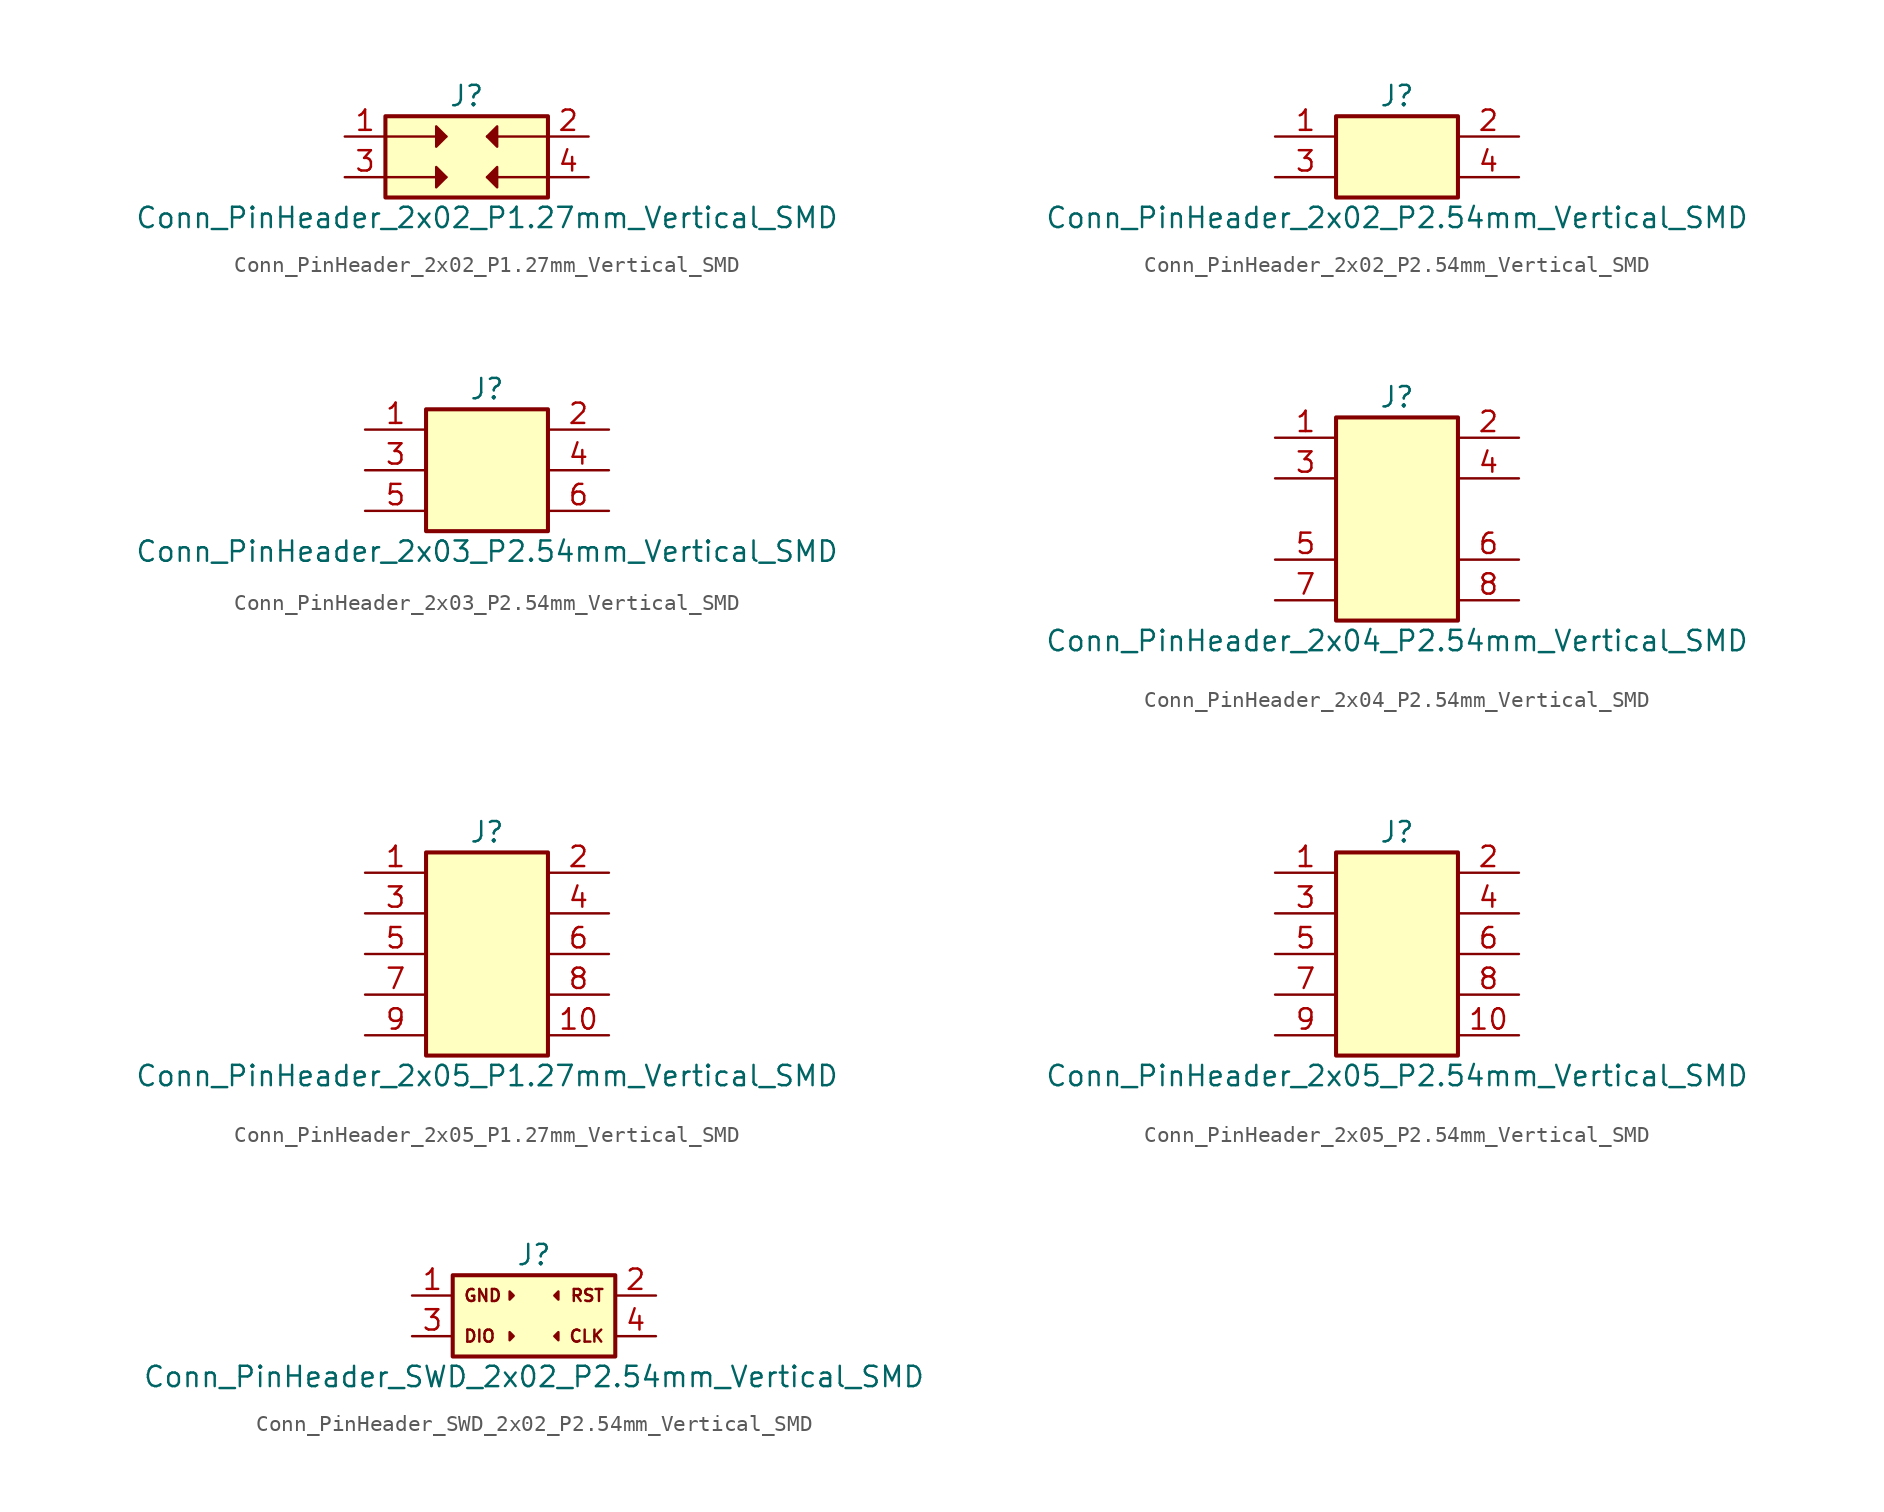
<source format=kicad_sym>
(kicad_symbol_lib
  (version 20211014)
  (generator kicad_symbol_editor)
  (symbol "Conn_PinHeader_2x02_P1.27mm_Vertical_SMD"
    (pin_names hide)
    (property "Reference" "J"
      (at 0 3.81 0)
      (effects (font (size 1.27 1.27))))
    (property "Value" "Conn_PinHeader_2x02_P1.27mm_Vertical_SMD"
      (at 1.27 -3.81 0)
      (effects (font (size 1.27 1.27))))
    (symbol "Conn_PinHeader_2x02_P1.27mm_Vertical_SMD_0_1"
      (polyline (pts (xy -5.08 -1.27) (xy -1.27 -1.27)) (stroke (width 0) (type default) (color 0 0 0 0)) (fill (type none)))
      (polyline (pts (xy -1.27 1.27) (xy -5.08 1.27)) (stroke (width 0) (type default) (color 0 0 0 0)) (fill (type none)))
      (polyline (pts (xy 1.27 -1.27) (xy 5.08 -1.27)) (stroke (width 0) (type default) (color 0 0 0 0)) (fill (type none)))
      (polyline (pts (xy 1.27 1.27) (xy 5.08 1.27)) (stroke (width 0) (type default) (color 0 0 0 0)) (fill (type none)))
      (polyline (pts (xy -1.905 -0.635) (xy -1.27 -1.27) (xy -1.905 -1.905) (xy -1.905 -0.635)) (stroke (width 0) (type default) (color 0 0 0 0)) (fill (type outline)))
      (polyline (pts (xy -1.905 1.905) (xy -1.27 1.27) (xy -1.905 0.635) (xy -1.905 1.905)) (stroke (width 0) (type default) (color 0 0 0 0)) (fill (type outline)))
      (polyline (pts (xy 1.905 -0.635) (xy 1.27 -1.27) (xy 1.905 -1.905) (xy 1.905 -0.635)) (stroke (width 0) (type default) (color 0 0 0 0)) (fill (type outline)))
      (polyline (pts (xy 1.905 1.905) (xy 1.27 1.27) (xy 1.905 0.635) (xy 1.905 1.905)) (stroke (width 0) (type default) (color 0 0 0 0)) (fill (type outline))))
    (symbol "Conn_PinHeader_2x02_P1.27mm_Vertical_SMD_1_1"
      (rectangle (start -5.08 2.54) (end 5.08 -2.54) (stroke (width 0.254) (type default) (color 0 0 0 0)) (fill (type background)))
      (pin passive line (at -7.62 1.27 0) (length 2.54) (name "Pin_1" (effects (font (size 1.27 1.27)))) (number "1" (effects (font (size 1.27 1.27)))))
      (pin passive line (at 7.62 1.27 180) (length 2.54) (name "Pin_2" (effects (font (size 1.27 1.27)))) (number "2" (effects (font (size 1.27 1.27)))))
      (pin passive line (at -7.62 -1.27 0) (length 2.54) (name "Pin_3" (effects (font (size 1.27 1.27)))) (number "3" (effects (font (size 1.27 1.27)))))
      (pin passive line (at 7.62 -1.27 180) (length 2.54) (name "Pin_4" (effects (font (size 1.27 1.27)))) (number "4" (effects (font (size 1.27 1.27)))))))
  (symbol "Conn_PinHeader_2x02_P2.54mm_Vertical_SMD"
    (pin_names hide)
    (property "Reference" "J"
      (at 0 3.81 0)
      (effects (font (size 1.27 1.27))))
    (property "Value" "Conn_PinHeader_2x02_P2.54mm_Vertical_SMD"
      (at 0 -3.81 0)
      (effects (font (size 1.27 1.27))))
    (symbol "Conn_PinHeader_2x02_P2.54mm_Vertical_SMD_1_1"
      (rectangle (start -3.81 2.54) (end 3.81 -2.54) (stroke (width 0.254) (type default) (color 0 0 0 0)) (fill (type background)))
      (pin passive line (at -7.62 1.27 0) (length 3.81) (name "Pin_1" (effects (font (size 1.27 1.27)))) (number "1" (effects (font (size 1.27 1.27)))))
      (pin passive line (at 7.62 1.27 180) (length 3.81) (name "Pin_2" (effects (font (size 1.27 1.27)))) (number "2" (effects (font (size 1.27 1.27)))))
      (pin passive line (at -7.62 -1.27 0) (length 3.81) (name "Pin_3" (effects (font (size 1.27 1.27)))) (number "3" (effects (font (size 1.27 1.27)))))
      (pin passive line (at 7.62 -1.27 180) (length 3.81) (name "Pin_4" (effects (font (size 1.27 1.27)))) (number "4" (effects (font (size 1.27 1.27)))))))
  (symbol "Conn_PinHeader_2x03_P2.54mm_Vertical_SMD"
    (pin_names hide)
    (property "Reference" "J"
      (at 0 5.08 0)
      (effects (font (size 1.27 1.27))))
    (property "Value" "Conn_PinHeader_2x03_P2.54mm_Vertical_SMD"
      (at 0 -5.08 0)
      (effects (font (size 1.27 1.27))))
    (symbol "Conn_PinHeader_2x03_P2.54mm_Vertical_SMD_1_1"
      (rectangle (start -3.81 3.81) (end 3.81 -3.81) (stroke (width 0.254) (type default) (color 0 0 0 0)) (fill (type background)))
      (pin passive line (at -7.62 2.54 0) (length 3.81) (name "Pin_1" (effects (font (size 1.27 1.27)))) (number "1" (effects (font (size 1.27 1.27)))))
      (pin passive line (at 7.62 2.54 180) (length 3.81) (name "Pin_2" (effects (font (size 1.27 1.27)))) (number "2" (effects (font (size 1.27 1.27)))))
      (pin passive line (at -7.62 0 0) (length 3.81) (name "Pin_3" (effects (font (size 1.27 1.27)))) (number "3" (effects (font (size 1.27 1.27)))))
      (pin passive line (at 7.62 0 180) (length 3.81) (name "Pin_4" (effects (font (size 1.27 1.27)))) (number "4" (effects (font (size 1.27 1.27)))))
      (pin passive line (at -7.62 -2.54 0) (length 3.81) (name "Pin_5" (effects (font (size 1.27 1.27)))) (number "5" (effects (font (size 1.27 1.27)))))
      (pin passive line (at 7.62 -2.54 180) (length 3.81) (name "Pin_6" (effects (font (size 1.27 1.27)))) (number "6" (effects (font (size 1.27 1.27)))))))
  (symbol "Conn_PinHeader_2x04_P2.54mm_Vertical_SMD"
    (pin_names hide)
    (property "Reference" "J"
      (at 0 7.62 0)
      (effects (font (size 1.27 1.27))))
    (property "Value" "Conn_PinHeader_2x04_P2.54mm_Vertical_SMD"
      (at 0 -7.62 0)
      (effects (font (size 1.27 1.27))))
    (symbol "Conn_PinHeader_2x04_P2.54mm_Vertical_SMD_1_1"
      (rectangle (start -3.81 6.35) (end 3.81 -6.35) (stroke (width 0.254) (type default) (color 0 0 0 0)) (fill (type background)))
      (pin passive line (at -7.62 5.08 0) (length 3.81) (name "Pin_1" (effects (font (size 1.27 1.27)))) (number "1" (effects (font (size 1.27 1.27)))))
      (pin passive line (at 7.62 5.08 180) (length 3.81) (name "Pin_2" (effects (font (size 1.27 1.27)))) (number "2" (effects (font (size 1.27 1.27)))))
      (pin passive line (at -7.62 2.54 0) (length 3.81) (name "Pin_3" (effects (font (size 1.27 1.27)))) (number "3" (effects (font (size 1.27 1.27)))))
      (pin passive line (at 7.62 2.54 180) (length 3.81) (name "Pin_4" (effects (font (size 1.27 1.27)))) (number "4" (effects (font (size 1.27 1.27)))))
      (pin passive line (at -7.62 -2.54 0) (length 3.81) (name "Pin_5" (effects (font (size 1.27 1.27)))) (number "5" (effects (font (size 1.27 1.27)))))
      (pin passive line (at 7.62 -2.54 180) (length 3.81) (name "Pin_6" (effects (font (size 1.27 1.27)))) (number "6" (effects (font (size 1.27 1.27)))))
      (pin passive line (at -7.62 -5.08 0) (length 3.81) (name "Pin_7" (effects (font (size 1.27 1.27)))) (number "7" (effects (font (size 1.27 1.27)))))
      (pin passive line (at 7.62 -5.08 180) (length 3.81) (name "Pin_8" (effects (font (size 1.27 1.27)))) (number "8" (effects (font (size 1.27 1.27)))))))
  (symbol "Conn_PinHeader_2x05_P1.27mm_Vertical_SMD"
    (pin_names hide)
    (property "Reference" "J"
      (at 0 7.62 0)
      (effects (font (size 1.27 1.27))))
    (property "Value" "Conn_PinHeader_2x05_P1.27mm_Vertical_SMD"
      (at 0 -7.62 0)
      (effects (font (size 1.27 1.27))))
    (symbol "Conn_PinHeader_2x05_P1.27mm_Vertical_SMD_1_1"
      (rectangle (start -3.81 6.35) (end 3.81 -6.35) (stroke (width 0.254) (type default) (color 0 0 0 0)) (fill (type background)))
      (pin passive line (at -7.62 5.08 0) (length 3.81) (name "Pin_1" (effects (font (size 1.27 1.27)))) (number "1" (effects (font (size 1.27 1.27)))))
      (pin passive line (at 7.62 -5.08 180) (length 3.81) (name "Pin_10" (effects (font (size 1.27 1.27)))) (number "10" (effects (font (size 1.27 1.27)))))
      (pin passive line (at 7.62 5.08 180) (length 3.81) (name "Pin_2" (effects (font (size 1.27 1.27)))) (number "2" (effects (font (size 1.27 1.27)))))
      (pin passive line (at -7.62 2.54 0) (length 3.81) (name "Pin_3" (effects (font (size 1.27 1.27)))) (number "3" (effects (font (size 1.27 1.27)))))
      (pin passive line (at 7.62 2.54 180) (length 3.81) (name "Pin_4" (effects (font (size 1.27 1.27)))) (number "4" (effects (font (size 1.27 1.27)))))
      (pin passive line (at -7.62 0 0) (length 3.81) (name "Pin_5" (effects (font (size 1.27 1.27)))) (number "5" (effects (font (size 1.27 1.27)))))
      (pin passive line (at 7.62 0 180) (length 3.81) (name "Pin_6" (effects (font (size 1.27 1.27)))) (number "6" (effects (font (size 1.27 1.27)))))
      (pin passive line (at -7.62 -2.54 0) (length 3.81) (name "Pin_7" (effects (font (size 1.27 1.27)))) (number "7" (effects (font (size 1.27 1.27)))))
      (pin passive line (at 7.62 -2.54 180) (length 3.81) (name "Pin_8" (effects (font (size 1.27 1.27)))) (number "8" (effects (font (size 1.27 1.27)))))
      (pin passive line (at -7.62 -5.08 0) (length 3.81) (name "Pin_9" (effects (font (size 1.27 1.27)))) (number "9" (effects (font (size 1.27 1.27)))))))
  (symbol "Conn_PinHeader_2x05_P2.54mm_Vertical_SMD"
    (pin_names hide)
    (property "Reference" "J"
      (at 0 7.62 0)
      (effects (font (size 1.27 1.27))))
    (property "Value" "Conn_PinHeader_2x05_P2.54mm_Vertical_SMD"
      (at 0 -7.62 0)
      (effects (font (size 1.27 1.27))))
    (symbol "Conn_PinHeader_2x05_P2.54mm_Vertical_SMD_1_1"
      (rectangle (start -3.81 6.35) (end 3.81 -6.35) (stroke (width 0.254) (type default) (color 0 0 0 0)) (fill (type background)))
      (pin passive line (at -7.62 5.08 0) (length 3.81) (name "Pin_1" (effects (font (size 1.27 1.27)))) (number "1" (effects (font (size 1.27 1.27)))))
      (pin passive line (at 7.62 -5.08 180) (length 3.81) (name "Pin_10" (effects (font (size 1.27 1.27)))) (number "10" (effects (font (size 1.27 1.27)))))
      (pin passive line (at 7.62 5.08 180) (length 3.81) (name "Pin_2" (effects (font (size 1.27 1.27)))) (number "2" (effects (font (size 1.27 1.27)))))
      (pin passive line (at -7.62 2.54 0) (length 3.81) (name "Pin_3" (effects (font (size 1.27 1.27)))) (number "3" (effects (font (size 1.27 1.27)))))
      (pin passive line (at 7.62 2.54 180) (length 3.81) (name "Pin_4" (effects (font (size 1.27 1.27)))) (number "4" (effects (font (size 1.27 1.27)))))
      (pin passive line (at -7.62 0 0) (length 3.81) (name "Pin_5" (effects (font (size 1.27 1.27)))) (number "5" (effects (font (size 1.27 1.27)))))
      (pin passive line (at 7.62 0 180) (length 3.81) (name "Pin_6" (effects (font (size 1.27 1.27)))) (number "6" (effects (font (size 1.27 1.27)))))
      (pin passive line (at -7.62 -2.54 0) (length 3.81) (name "Pin_7" (effects (font (size 1.27 1.27)))) (number "7" (effects (font (size 1.27 1.27)))))
      (pin passive line (at 7.62 -2.54 180) (length 3.81) (name "Pin_8" (effects (font (size 1.27 1.27)))) (number "8" (effects (font (size 1.27 1.27)))))
      (pin passive line (at -7.62 -5.08 0) (length 3.81) (name "Pin_9" (effects (font (size 1.27 1.27)))) (number "9" (effects (font (size 1.27 1.27)))))))
  (symbol "Conn_PinHeader_SWD_2x02_P2.54mm_Vertical_SMD"
    (property "Reference" "J"
      (at 0 3.81 0)
      (effects (font (size 1.27 1.27))))
    (property "Value" "Conn_PinHeader_SWD_2x02_P2.54mm_Vertical_SMD"
      (at 0 -3.81 0)
      (effects (font (size 1.27 1.27))))
    (symbol "Conn_PinHeader_SWD_2x02_P2.54mm_Vertical_SMD_0_0"
      (text "CLK" (at 4.445 -1.27 0) (effects (font (size 0.75 0.75)) (justify right)))
      (text "DIO" (at -4.445 -1.27 0) (effects (font (size 0.75 0.75)) (justify left)))
      (text "GND" (at -4.445 1.27 0) (effects (font (size 0.75 0.75)) (justify left)))
      (text "RST" (at 4.445 1.27 0) (effects (font (size 0.75 0.75)) (justify right))))
    (symbol "Conn_PinHeader_SWD_2x02_P2.54mm_Vertical_SMD_0_1"
      (polyline (pts (xy -1.524 -1.016) (xy -1.27 -1.27) (xy -1.524 -1.524) (xy -1.524 -1.016)) (stroke (width 0) (type default) (color 0 0 0 0)) (fill (type outline)))
      (polyline (pts (xy -1.524 1.524) (xy -1.27 1.27) (xy -1.524 1.016) (xy -1.524 1.524)) (stroke (width 0) (type default) (color 0 0 0 0)) (fill (type outline)))
      (polyline (pts (xy 1.524 -1.016) (xy 1.27 -1.27) (xy 1.524 -1.524) (xy 1.524 -1.016)) (stroke (width 0) (type default) (color 0 0 0 0)) (fill (type outline)))
      (polyline (pts (xy 1.524 1.524) (xy 1.27 1.27) (xy 1.524 1.016) (xy 1.524 1.524)) (stroke (width 0) (type default) (color 0 0 0 0)) (fill (type outline))))
    (symbol "Conn_PinHeader_SWD_2x02_P2.54mm_Vertical_SMD_1_1"
      (rectangle (start -5.08 2.54) (end 5.08 -2.54) (stroke (width 0.254) (type default) (color 0 0 0 0)) (fill (type background)))
      (pin passive line (at -7.62 1.27 0) (length 2.54) (name "" (effects (font (size 1.27 1.27)))) (number "1" (effects (font (size 1.27 1.27)))))
      (pin passive line (at 7.62 1.27 180) (length 2.54) (name "" (effects (font (size 1.27 1.27)))) (number "2" (effects (font (size 1.27 1.27)))))
      (pin passive line (at -7.62 -1.27 0) (length 2.54) (name "" (effects (font (size 1.27 1.27)))) (number "3" (effects (font (size 1.27 1.27)))))
      (pin passive line (at 7.62 -1.27 180) (length 2.54) (name "" (effects (font (size 1.27 1.27)))) (number "4" (effects (font (size 1.27 1.27))))))))
</source>
